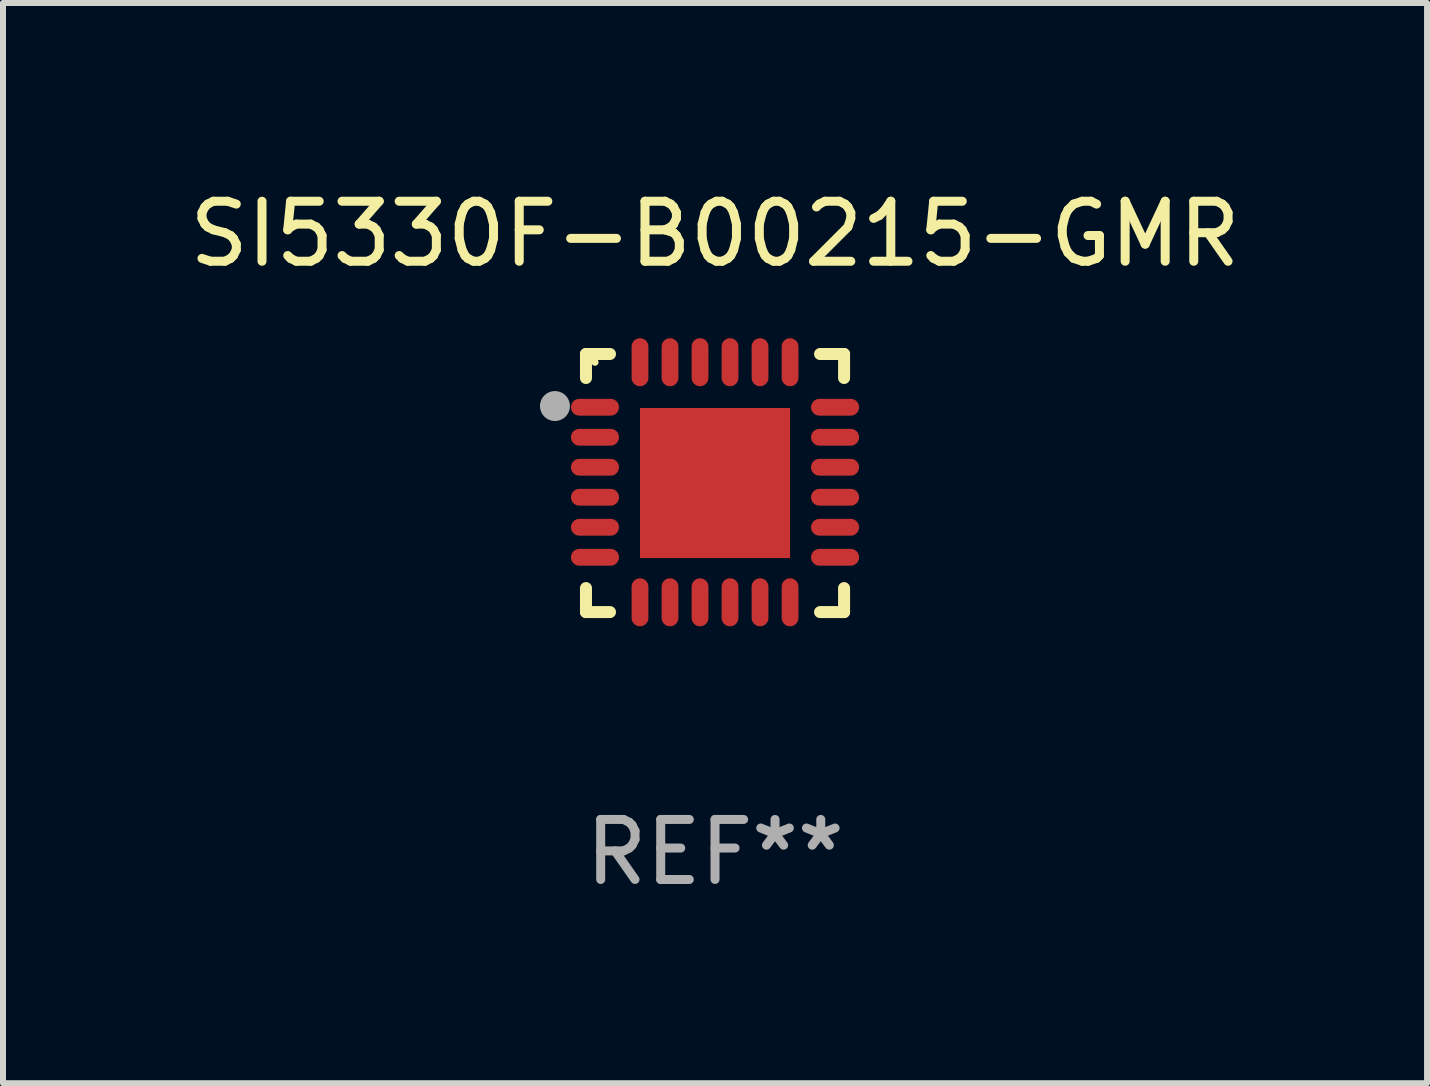
<source format=kicad_pcb>
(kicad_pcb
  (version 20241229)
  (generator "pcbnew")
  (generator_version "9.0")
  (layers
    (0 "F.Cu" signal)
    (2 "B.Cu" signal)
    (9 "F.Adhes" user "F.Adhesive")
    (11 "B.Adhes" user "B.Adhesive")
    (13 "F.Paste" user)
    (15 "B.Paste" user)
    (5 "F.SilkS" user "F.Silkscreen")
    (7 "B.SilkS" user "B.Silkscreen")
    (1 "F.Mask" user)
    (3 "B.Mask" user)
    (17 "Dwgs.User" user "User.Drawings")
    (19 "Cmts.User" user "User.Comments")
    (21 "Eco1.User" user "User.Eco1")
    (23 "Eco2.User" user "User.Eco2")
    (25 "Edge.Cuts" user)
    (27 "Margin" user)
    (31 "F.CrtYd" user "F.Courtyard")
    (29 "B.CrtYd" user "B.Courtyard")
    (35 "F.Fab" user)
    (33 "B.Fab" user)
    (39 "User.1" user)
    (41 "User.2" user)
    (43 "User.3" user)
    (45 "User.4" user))
  (footprint "SI5330F-B00215-GMR"
    (layer "F.Cu")
    (at 8.863 4.998)
    (property "Reference" "SI5330F-B00215-GMR" (at 0 -4.15 0) (layer "F.SilkS") (effects (font (size 1 1) (thickness 0.15))))
    (attr through_hole)
    (fp_line (start -2.15 -2.15) (end -1.75 -2.15) (stroke (width 0.2) (type solid)) (layer "F.SilkS"))
    (fp_line (start -2.15 -1.75) (end -2.15 -2.15) (stroke (width 0.2) (type solid)) (layer "F.SilkS"))
    (fp_line (start -2.15 2.15) (end -2.15 1.75) (stroke (width 0.2) (type solid)) (layer "F.SilkS"))
    (fp_line (start -1.75 2.15) (end -2.15 2.15) (stroke (width 0.2) (type solid)) (layer "F.SilkS"))
    (fp_line (start 1.75 -2.15) (end 2.15 -2.15) (stroke (width 0.2) (type solid)) (layer "F.SilkS"))
    (fp_line (start 1.75 2.15) (end 2.15 2.15) (stroke (width 0.2) (type solid)) (layer "F.SilkS"))
    (fp_line (start 2.15 -2.15) (end 2.15 -1.75) (stroke (width 0.2) (type solid)) (layer "F.SilkS"))
    (fp_line (start 2.15 2.15) (end 2.15 1.75) (stroke (width 0.2) (type solid)) (layer "F.SilkS"))
    (fp_circle (center -2 -2.013) (end -1.97 -2.013) (stroke (width 0.06) (type solid)) (fill no) (layer "F.SilkS"))
    (fp_circle (center -2.667 -1.283) (end -2.542 -1.283) (stroke (width 0.25) (type solid)) (fill no) (layer "F.Fab"))
    (fp_text user "REF**" (at 0 6.15 0) (layer "F.Fab") (effects (font (size 1 1) (thickness 0.15))))
    (pad "1" smd oval (at -2 -1.263) (size 0.8 0.28) (layers "F.Cu" "F.Mask" "F.Paste"))
    (pad "2" smd oval (at -2 -0.763) (size 0.8 0.28) (layers "F.Cu" "F.Mask" "F.Paste"))
    (pad "3" smd oval (at -2 -0.263) (size 0.8 0.28) (layers "F.Cu" "F.Mask" "F.Paste"))
    (pad "4" smd oval (at -2 0.237) (size 0.8 0.28) (layers "F.Cu" "F.Mask" "F.Paste"))
    (pad "5" smd oval (at -2 0.737) (size 0.8 0.28) (layers "F.Cu" "F.Mask" "F.Paste"))
    (pad "6" smd oval (at -2 1.237) (size 0.8 0.28) (layers "F.Cu" "F.Mask" "F.Paste"))
    (pad "7" smd oval (at -1.25 1.987) (size 0.28 0.8) (layers "F.Cu" "F.Mask" "F.Paste"))
    (pad "8" smd oval (at -0.75 1.987) (size 0.28 0.8) (layers "F.Cu" "F.Mask" "F.Paste"))
    (pad "9" smd oval (at -0.25 1.987) (size 0.28 0.8) (layers "F.Cu" "F.Mask" "F.Paste"))
    (pad "10" smd oval (at 0.25 1.987) (size 0.28 0.8) (layers "F.Cu" "F.Mask" "F.Paste"))
    (pad "11" smd oval (at 0.75 1.987) (size 0.28 0.8) (layers "F.Cu" "F.Mask" "F.Paste"))
    (pad "12" smd oval (at 1.25 1.987) (size 0.28 0.8) (layers "F.Cu" "F.Mask" "F.Paste"))
    (pad "13" smd oval (at 2 1.237) (size 0.8 0.28) (layers "F.Cu" "F.Mask" "F.Paste"))
    (pad "14" smd oval (at 2 0.737) (size 0.8 0.28) (layers "F.Cu" "F.Mask" "F.Paste"))
    (pad "15" smd oval (at 2 0.237) (size 0.8 0.28) (layers "F.Cu" "F.Mask" "F.Paste"))
    (pad "16" smd oval (at 2 -0.263) (size 0.8 0.28) (layers "F.Cu" "F.Mask" "F.Paste"))
    (pad "17" smd oval (at 2 -0.763) (size 0.8 0.28) (layers "F.Cu" "F.Mask" "F.Paste"))
    (pad "18" smd oval (at 2 -1.263) (size 0.8 0.28) (layers "F.Cu" "F.Mask" "F.Paste"))
    (pad "19" smd oval (at 1.25 -2.013) (size 0.28 0.8) (layers "F.Cu" "F.Mask" "F.Paste"))
    (pad "20" smd oval (at 0.75 -2.013) (size 0.28 0.8) (layers "F.Cu" "F.Mask" "F.Paste"))
    (pad "21" smd oval (at 0.25 -2.013) (size 0.28 0.8) (layers "F.Cu" "F.Mask" "F.Paste"))
    (pad "22" smd oval (at -0.25 -2.013) (size 0.28 0.8) (layers "F.Cu" "F.Mask" "F.Paste"))
    (pad "23" smd oval (at -0.75 -2.013) (size 0.28 0.8) (layers "F.Cu" "F.Mask" "F.Paste"))
    (pad "24" smd oval (at -1.25 -2.013) (size 0.28 0.8) (layers "F.Cu" "F.Mask" "F.Paste"))
    (pad "25" smd rect (at -0.000127 -0.00014) (size 2.5 2.5) (layers "F.Cu" "F.Mask" "F.Paste")))
  (gr_rect
    (start -3 -3)
    (end 20.726 14.997)
    (stroke (width 0.1) (type default))
    (fill no)
    (layer "Edge.Cuts")))
</source>
